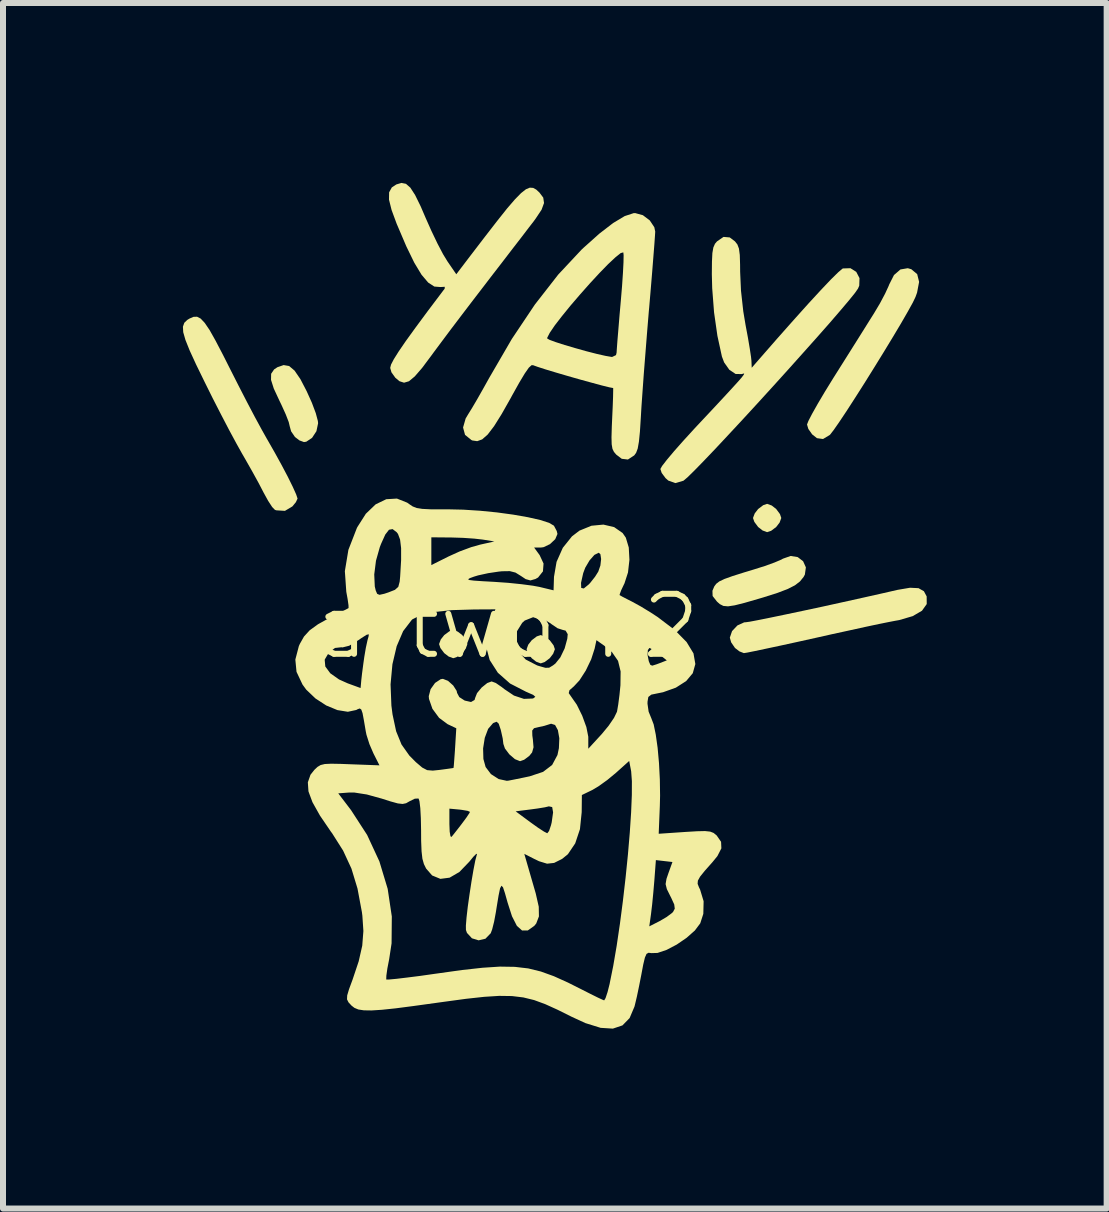
<source format=kicad_pcb>
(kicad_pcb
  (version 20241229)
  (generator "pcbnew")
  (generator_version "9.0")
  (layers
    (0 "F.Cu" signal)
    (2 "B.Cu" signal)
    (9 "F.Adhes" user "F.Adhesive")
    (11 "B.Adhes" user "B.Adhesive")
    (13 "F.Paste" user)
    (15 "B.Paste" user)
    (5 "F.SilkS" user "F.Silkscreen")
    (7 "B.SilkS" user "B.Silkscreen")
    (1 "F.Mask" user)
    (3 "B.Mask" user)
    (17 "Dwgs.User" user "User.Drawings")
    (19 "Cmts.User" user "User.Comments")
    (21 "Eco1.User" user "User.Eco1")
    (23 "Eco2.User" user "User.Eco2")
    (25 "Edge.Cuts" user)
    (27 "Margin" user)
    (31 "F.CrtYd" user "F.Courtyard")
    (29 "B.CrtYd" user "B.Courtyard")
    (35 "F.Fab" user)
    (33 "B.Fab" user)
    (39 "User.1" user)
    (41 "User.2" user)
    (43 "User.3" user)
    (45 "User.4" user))
  (footprint "artwork2"
    (layer "F.Cu")
    (at 5.401 7.894)
    (property "Reference" "artwork2" (at 0 -0.5 0) (unlocked yes) (layer "F.SilkS") (effects (font (size 1 1) (thickness 0.1))))
    (fp_poly (pts (xy -0.818 -0.412) (xy -0.744 -0.355) (xy -0.68 -0.27) (xy -0.658 -0.205) (xy -0.686 -0.128) (xy -0.744 -0.054) (xy -0.829 0.009) (xy -0.894 0.031) (xy -0.97 0.003) (xy -1.044 -0.054) (xy -1.108 -0.139) (xy -1.13 -0.205) (xy -1.102 -0.281) (xy -1.044 -0.355) (xy -0.959 -0.418) (xy -0.894 -0.441)) (stroke (width 0) (type solid)) (fill yes) (layer "F.SilkS"))
    (fp_poly (pts (xy 0.641 -0.326) (xy 0.715 -0.269) (xy 0.779 -0.184) (xy 0.801 -0.119) (xy 0.772 -0.043) (xy 0.715 0.031) (xy 0.63 0.095) (xy 0.565 0.117) (xy 0.489 0.089) (xy 0.415 0.031) (xy 0.351 -0.054) (xy 0.329 -0.119) (xy 0.357 -0.195) (xy 0.415 -0.269) (xy 0.499 -0.333) (xy 0.565 -0.355)) (stroke (width 0) (type solid)) (fill yes) (layer "F.SilkS"))
    (fp_poly (pts (xy 4.417 -2.515) (xy 4.491 -2.457) (xy 4.554 -2.372) (xy 4.576 -2.307) (xy 4.548 -2.231) (xy 4.491 -2.157) (xy 4.406 -2.093) (xy 4.34 -2.071) (xy 4.264 -2.099) (xy 4.19 -2.157) (xy 4.127 -2.242) (xy 4.104 -2.307) (xy 4.133 -2.383) (xy 4.19 -2.457) (xy 4.275 -2.521) (xy 4.34 -2.543)) (stroke (width 0) (type solid)) (fill yes) (layer "F.SilkS"))
    (fp_poly (pts (xy -3.63 -4.841) (xy -3.54 -4.765) (xy -3.442 -4.622) (xy -3.338 -4.422) (xy -3.251 -4.229) (xy -3.186 -4.056) (xy -3.151 -3.925) (xy -3.147 -3.887) (xy -3.175 -3.754) (xy -3.248 -3.643) (xy -3.344 -3.579) (xy -3.383 -3.573) (xy -3.459 -3.601) (xy -3.533 -3.658) (xy -3.597 -3.752) (xy -3.619 -3.831) (xy -3.637 -3.907) (xy -3.687 -4.036) (xy -3.759 -4.195) (xy -3.792 -4.263) (xy -3.886 -4.465) (xy -3.932 -4.61) (xy -3.93 -4.712) (xy -3.881 -4.784) (xy -3.826 -4.821) (xy -3.722 -4.857)) (stroke (width 0) (type solid)) (fill yes) (layer "F.SilkS"))
    (fp_poly (pts (xy 4.85 -1.655) (xy 4.94 -1.586) (xy 4.986 -1.484) (xy 4.969 -1.363) (xy 4.947 -1.323) (xy 4.887 -1.249) (xy 4.804 -1.185) (xy 4.685 -1.124) (xy 4.515 -1.059) (xy 4.279 -0.984) (xy 4.191 -0.958) (xy 3.963 -0.892) (xy 3.8 -0.851) (xy 3.688 -0.834) (xy 3.61 -0.841) (xy 3.551 -0.871) (xy 3.504 -0.913) (xy 3.431 -1.006) (xy 3.428 -1.094) (xy 3.459 -1.167) (xy 3.491 -1.21) (xy 3.543 -1.25) (xy 3.63 -1.291) (xy 3.764 -1.339) (xy 3.96 -1.401) (xy 4.122 -1.45) (xy 4.303 -1.507) (xy 4.463 -1.565) (xy 4.576 -1.613) (xy 4.604 -1.629) (xy 4.732 -1.674)) (stroke (width 0) (type solid)) (fill yes) (layer "F.SilkS"))
    (fp_poly (pts (xy 6.864 -1.137) (xy 6.954 -1.086) (xy 7 -1) (xy 7.001 -0.872) (xy 6.922 -0.761) (xy 6.768 -0.671) (xy 6.543 -0.605) (xy 6.464 -0.591) (xy 6.371 -0.573) (xy 6.207 -0.54) (xy 5.986 -0.493) (xy 5.722 -0.435) (xy 5.428 -0.371) (xy 5.143 -0.307) (xy 4.841 -0.24) (xy 4.566 -0.18) (xy 4.327 -0.129) (xy 4.138 -0.089) (xy 4.009 -0.063) (xy 3.952 -0.054) (xy 3.878 -0.083) (xy 3.804 -0.14) (xy 3.74 -0.234) (xy 3.718 -0.312) (xy 3.755 -0.421) (xy 3.845 -0.516) (xy 3.957 -0.567) (xy 3.985 -0.569) (xy 4.05 -0.578) (xy 4.187 -0.604) (xy 4.386 -0.644) (xy 4.636 -0.696) (xy 4.925 -0.757) (xy 5.244 -0.825) (xy 5.58 -0.899) (xy 5.923 -0.975) (xy 6.262 -1.051) (xy 6.516 -1.109) (xy 6.722 -1.144)) (stroke (width 0) (type solid)) (fill yes) (layer "F.SilkS"))
    (fp_poly (pts (xy 6.744 -6.455) (xy 6.842 -6.373) (xy 6.874 -6.244) (xy 6.84 -6.065) (xy 6.814 -5.993) (xy 6.769 -5.899) (xy 6.686 -5.749) (xy 6.573 -5.553) (xy 6.437 -5.325) (xy 6.285 -5.075) (xy 6.124 -4.814) (xy 5.963 -4.556) (xy 5.807 -4.311) (xy 5.665 -4.091) (xy 5.543 -3.908) (xy 5.449 -3.773) (xy 5.39 -3.697) (xy 5.383 -3.691) (xy 5.272 -3.624) (xy 5.171 -3.638) (xy 5.091 -3.701) (xy 5.027 -3.792) (xy 5.005 -3.866) (xy 5.028 -3.925) (xy 5.089 -4.043) (xy 5.183 -4.21) (xy 5.302 -4.411) (xy 5.44 -4.635) (xy 5.462 -4.67) (xy 5.619 -4.919) (xy 5.775 -5.167) (xy 5.919 -5.396) (xy 6.039 -5.588) (xy 6.121 -5.718) (xy 6.221 -5.886) (xy 6.307 -6.048) (xy 6.366 -6.176) (xy 6.376 -6.202) (xy 6.455 -6.358) (xy 6.562 -6.451) (xy 6.685 -6.472)) (stroke (width 0) (type solid)) (fill yes) (layer "F.SilkS"))
    (fp_poly (pts (xy -5.105 -5.632) (xy -5.038 -5.561) (xy -4.957 -5.442) (xy -4.858 -5.266) (xy -4.733 -5.027) (xy -4.609 -4.781) (xy -4.471 -4.509) (xy -4.332 -4.239) (xy -4.201 -3.99) (xy -4.087 -3.78) (xy -4 -3.625) (xy -3.987 -3.603) (xy -3.871 -3.4) (xy -3.757 -3.193) (xy -3.654 -2.998) (xy -3.57 -2.828) (xy -3.513 -2.701) (xy -3.49 -2.632) (xy -3.49 -2.63) (xy -3.518 -2.57) (xy -3.576 -2.5) (xy -3.7 -2.426) (xy -3.844 -2.435) (xy -3.867 -2.443) (xy -3.913 -2.49) (xy -3.98 -2.593) (xy -4.055 -2.729) (xy -4.136 -2.885) (xy -4.245 -3.083) (xy -4.362 -3.289) (xy -4.417 -3.384) (xy -4.509 -3.549) (xy -4.629 -3.771) (xy -4.764 -4.03) (xy -4.905 -4.305) (xy -5.038 -4.573) (xy -5.183 -4.87) (xy -5.289 -5.101) (xy -5.359 -5.276) (xy -5.396 -5.405) (xy -5.401 -5.497) (xy -5.378 -5.562) (xy -5.328 -5.61) (xy -5.29 -5.633) (xy -5.225 -5.661) (xy -5.165 -5.663)) (stroke (width 0) (type solid)) (fill yes) (layer "F.SilkS"))
    (fp_poly (pts (xy -1.682 -7.879) (xy -1.609 -7.815) (xy -1.53 -7.693) (xy -1.438 -7.506) (xy -1.355 -7.313) (xy -1.258 -7.095) (xy -1.157 -6.884) (xy -1.063 -6.705) (xy -0.991 -6.587) (xy -0.843 -6.371) (xy -0.611 -6.676) (xy -0.362 -7.001) (xy -0.159 -7.263) (xy 0.004 -7.468) (xy 0.135 -7.62) (xy 0.237 -7.724) (xy 0.318 -7.788) (xy 0.383 -7.815) (xy 0.439 -7.811) (xy 0.49 -7.783) (xy 0.543 -7.734) (xy 0.607 -7.649) (xy 0.62 -7.559) (xy 0.579 -7.447) (xy 0.479 -7.297) (xy 0.447 -7.253) (xy 0.367 -7.15) (xy 0.246 -6.991) (xy 0.092 -6.792) (xy -0.082 -6.565) (xy -0.269 -6.323) (xy -0.359 -6.205) (xy -0.555 -5.95) (xy -0.751 -5.693) (xy -0.936 -5.449) (xy -1.096 -5.235) (xy -1.221 -5.067) (xy -1.256 -5.019) (xy -1.413 -4.809) (xy -1.535 -4.668) (xy -1.632 -4.587) (xy -1.714 -4.563) (xy -1.791 -4.588) (xy -1.859 -4.645) (xy -1.924 -4.736) (xy -1.945 -4.81) (xy -1.931 -4.865) (xy -1.885 -4.954) (xy -1.804 -5.083) (xy -1.685 -5.257) (xy -1.523 -5.481) (xy -1.316 -5.761) (xy -1.058 -6.103) (xy -1.037 -6.13) (xy -1.035 -6.162) (xy -1.108 -6.158) (xy -1.209 -6.166) (xy -1.312 -6.233) (xy -1.423 -6.364) (xy -1.543 -6.563) (xy -1.676 -6.836) (xy -1.826 -7.187) (xy -1.836 -7.21) (xy -1.922 -7.443) (xy -1.965 -7.615) (xy -1.963 -7.737) (xy -1.918 -7.819) (xy -1.842 -7.869) (xy -1.757 -7.894)) (stroke (width 0) (type solid)) (fill yes) (layer "F.SilkS"))
    (fp_poly (pts (xy 3.717 -6.985) (xy 3.804 -6.919) (xy 3.844 -6.868) (xy 3.87 -6.799) (xy 3.884 -6.693) (xy 3.889 -6.531) (xy 3.89 -6.412) (xy 3.904 -6.098) (xy 3.942 -5.754) (xy 3.981 -5.521) (xy 4.019 -5.318) (xy 4.05 -5.135) (xy 4.071 -4.996) (xy 4.078 -4.932) (xy 4.083 -4.812) (xy 4.19 -4.935) (xy 4.501 -5.291) (xy 4.782 -5.608) (xy 5.028 -5.882) (xy 5.237 -6.109) (xy 5.403 -6.284) (xy 5.524 -6.403) (xy 5.594 -6.463) (xy 5.605 -6.468) (xy 5.729 -6.472) (xy 5.826 -6.411) (xy 5.88 -6.307) (xy 5.876 -6.181) (xy 5.855 -6.132) (xy 5.805 -6.06) (xy 5.704 -5.935) (xy 5.56 -5.765) (xy 5.38 -5.556) (xy 5.17 -5.318) (xy 4.937 -5.057) (xy 4.69 -4.781) (xy 4.435 -4.499) (xy 4.178 -4.217) (xy 3.928 -3.945) (xy 3.69 -3.689) (xy 3.473 -3.457) (xy 3.283 -3.258) (xy 3.128 -3.099) (xy 3.014 -2.987) (xy 2.948 -2.931) (xy 2.943 -2.928) (xy 2.81 -2.889) (xy 2.692 -2.931) (xy 2.646 -2.972) (xy 2.582 -3.058) (xy 2.56 -3.124) (xy 2.588 -3.174) (xy 2.667 -3.276) (xy 2.787 -3.419) (xy 2.941 -3.593) (xy 3.119 -3.788) (xy 3.171 -3.844) (xy 3.415 -4.104) (xy 3.605 -4.308) (xy 3.748 -4.463) (xy 3.849 -4.574) (xy 3.914 -4.648) (xy 3.948 -4.693) (xy 3.958 -4.713) (xy 3.948 -4.716) (xy 3.925 -4.709) (xy 3.921 -4.707) (xy 3.815 -4.708) (xy 3.71 -4.778) (xy 3.623 -4.901) (xy 3.586 -4.999) (xy 3.511 -5.344) (xy 3.455 -5.736) (xy 3.424 -6.139) (xy 3.418 -6.372) (xy 3.42 -6.582) (xy 3.427 -6.725) (xy 3.443 -6.817) (xy 3.47 -6.879) (xy 3.504 -6.919) (xy 3.613 -6.994)) (stroke (width 0) (type solid)) (fill yes) (layer "F.SilkS"))
    (fp_poly (pts (xy 2.268 -7.356) (xy 2.383 -7.269) (xy 2.459 -7.155) (xy 2.474 -7.082) (xy 2.47 -7.015) (xy 2.46 -6.874) (xy 2.444 -6.672) (xy 2.424 -6.419) (xy 2.4 -6.129) (xy 2.373 -5.813) (xy 2.368 -5.761) (xy 2.339 -5.411) (xy 2.311 -5.057) (xy 2.284 -4.717) (xy 2.262 -4.411) (xy 2.244 -4.155) (xy 2.234 -3.984) (xy 2.219 -3.746) (xy 2.202 -3.578) (xy 2.182 -3.465) (xy 2.155 -3.393) (xy 2.124 -3.351) (xy 2.019 -3.282) (xy 1.916 -3.294) (xy 1.824 -3.364) (xy 1.786 -3.409) (xy 1.761 -3.46) (xy 1.748 -3.536) (xy 1.745 -3.653) (xy 1.75 -3.83) (xy 1.756 -3.965) (xy 1.765 -4.162) (xy 1.771 -4.324) (xy 1.773 -4.433) (xy 1.773 -4.474) (xy 1.773 -4.474) (xy 1.709 -4.486) (xy 1.584 -4.517) (xy 1.414 -4.563) (xy 1.217 -4.617) (xy 1.011 -4.676) (xy 0.813 -4.734) (xy 0.641 -4.786) (xy 0.514 -4.827) (xy 0.447 -4.851) (xy 0.443 -4.854) (xy 0.412 -4.855) (xy 0.366 -4.813) (xy 0.299 -4.717) (xy 0.206 -4.562) (xy 0.081 -4.338) (xy 0.069 -4.315) (xy -0.086 -4.041) (xy -0.213 -3.838) (xy -0.319 -3.699) (xy -0.411 -3.618) (xy -0.494 -3.588) (xy -0.576 -3.6) (xy -0.591 -3.607) (xy -0.697 -3.693) (xy -0.73 -3.816) (xy -0.687 -3.966) (xy -0.646 -4.035) (xy -0.582 -4.138) (xy -0.491 -4.293) (xy -0.385 -4.48) (xy -0.293 -4.645) (xy 0.083 -5.292) (xy 0.089 -5.301) (xy 0.672 -5.301) (xy 0.711 -5.278) (xy 0.814 -5.24) (xy 0.963 -5.192) (xy 1.14 -5.14) (xy 1.325 -5.088) (xy 1.5 -5.043) (xy 1.646 -5.01) (xy 1.745 -4.993) (xy 1.755 -4.992) (xy 1.82 -5.023) (xy 1.83 -5.064) (xy 1.834 -5.129) (xy 1.844 -5.265) (xy 1.86 -5.456) (xy 1.879 -5.687) (xy 1.9 -5.924) (xy 1.921 -6.174) (xy 1.936 -6.395) (xy 1.945 -6.571) (xy 1.947 -6.69) (xy 1.942 -6.736) (xy 1.898 -6.724) (xy 1.811 -6.654) (xy 1.689 -6.54) (xy 1.544 -6.391) (xy 1.385 -6.219) (xy 1.221 -6.034) (xy 1.062 -5.849) (xy 0.919 -5.673) (xy 0.799 -5.518) (xy 0.715 -5.394) (xy 0.674 -5.314) (xy 0.672 -5.301) (xy 0.089 -5.301) (xy 0.468 -5.867) (xy 0.857 -6.366) (xy 1.248 -6.784) (xy 1.278 -6.812) (xy 1.542 -7.048) (xy 1.773 -7.226) (xy 1.965 -7.341) (xy 2.114 -7.39) (xy 2.14 -7.391)) (stroke (width 0) (type solid)) (fill yes) (layer "F.SilkS"))
    (fp_poly (pts (xy -1.662 -2.563) (xy -1.627 -2.538) (xy -1.57 -2.5) (xy -1.504 -2.474) (xy -1.411 -2.459) (xy -1.273 -2.452) (xy -1.073 -2.451) (xy -0.989 -2.452) (xy -0.727 -2.446) (xy -0.447 -2.428) (xy -0.164 -2.4) (xy 0.107 -2.363) (xy 0.352 -2.32) (xy 0.556 -2.274) (xy 0.705 -2.226) (xy 0.783 -2.18) (xy 0.786 -2.177) (xy 0.832 -2.09) (xy 0.844 -2.041) (xy 0.807 -1.954) (xy 0.719 -1.871) (xy 0.61 -1.82) (xy 0.563 -1.814) (xy 0.455 -1.814) (xy 0.547 -1.688) (xy 0.612 -1.548) (xy 0.602 -1.417) (xy 0.521 -1.315) (xy 0.477 -1.29) (xy 0.393 -1.266) (xy 0.314 -1.288) (xy 0.236 -1.34) (xy 0.144 -1.397) (xy 0.05 -1.421) (xy -0.08 -1.419) (xy -0.138 -1.413) (xy -0.311 -1.387) (xy -0.48 -1.35) (xy -0.549 -1.329) (xy -0.617 -1.304) (xy -0.646 -1.286) (xy -0.627 -1.273) (xy -0.549 -1.263) (xy -0.403 -1.253) (xy -0.206 -1.242) (xy 0.023 -1.226) (xy 0.246 -1.203) (xy 0.435 -1.178) (xy 0.543 -1.158) (xy 0.779 -1.101) (xy 0.783 -1.226) (xy 1.237 -1.226) (xy 1.24 -1.141) (xy 1.283 -1.132) (xy 1.365 -1.199) (xy 1.389 -1.224) (xy 1.471 -1.328) (xy 1.525 -1.414) (xy 1.56 -1.516) (xy 1.572 -1.623) (xy 1.56 -1.703) (xy 1.532 -1.728) (xy 1.46 -1.692) (xy 1.379 -1.6) (xy 1.307 -1.478) (xy 1.273 -1.387) (xy 1.237 -1.226) (xy 0.783 -1.226) (xy 0.786 -1.326) (xy 0.829 -1.576) (xy 0.933 -1.81) (xy 1.086 -2.001) (xy 1.21 -2.096) (xy 1.411 -2.178) (xy 1.61 -2.197) (xy 1.789 -2.155) (xy 1.93 -2.057) (xy 1.984 -1.979) (xy 2.033 -1.815) (xy 2.044 -1.61) (xy 2.02 -1.399) (xy 1.961 -1.216) (xy 1.956 -1.207) (xy 1.906 -1.101) (xy 1.881 -1.033) (xy 1.881 -1.021) (xy 1.924 -0.996) (xy 2.019 -0.947) (xy 2.088 -0.912) (xy 2.232 -0.833) (xy 2.401 -0.73) (xy 2.517 -0.654) (xy 2.799 -0.44) (xy 2.997 -0.239) (xy 3.112 -0.05) (xy 3.143 0.128) (xy 3.1 0.281) (xy 2.99 0.412) (xy 2.818 0.522) (xy 2.605 0.598) (xy 2.521 0.615) (xy 2.409 0.638) (xy 2.359 0.677) (xy 2.346 0.754) (xy 2.345 0.789) (xy 2.364 0.922) (xy 2.409 1.032) (xy 2.448 1.134) (xy 2.483 1.304) (xy 2.514 1.525) (xy 2.537 1.781) (xy 2.551 2.052) (xy 2.555 2.323) (xy 2.551 2.492) (xy 2.532 2.958) (xy 2.971 2.928) (xy 3.171 2.916) (xy 3.305 2.913) (xy 3.39 2.922) (xy 3.447 2.944) (xy 3.494 2.982) (xy 3.5 2.988) (xy 3.572 3.092) (xy 3.577 3.201) (xy 3.511 3.33) (xy 3.427 3.433) (xy 3.3 3.576) (xy 3.222 3.673) (xy 3.185 3.74) (xy 3.181 3.793) (xy 3.204 3.852) (xy 3.222 3.888) (xy 3.281 4.083) (xy 3.276 4.293) (xy 3.225 4.451) (xy 3.135 4.571) (xy 2.996 4.694) (xy 2.832 4.806) (xy 2.664 4.894) (xy 2.513 4.945) (xy 2.41 4.948) (xy 2.363 4.942) (xy 2.329 4.961) (xy 2.302 5.022) (xy 2.274 5.139) (xy 2.244 5.299) (xy 2.206 5.492) (xy 2.168 5.674) (xy 2.135 5.813) (xy 2.128 5.84) (xy 2.047 6.031) (xy 1.928 6.153) (xy 1.768 6.207) (xy 1.564 6.194) (xy 1.31 6.115) (xy 1.08 6.009) (xy 0.843 5.891) (xy 0.64 5.799) (xy 0.455 5.731) (xy 0.275 5.687) (xy 0.085 5.664) (xy -0.128 5.661) (xy -0.379 5.677) (xy -0.681 5.71) (xy -1.049 5.76) (xy -1.194 5.78) (xy -1.563 5.831) (xy -1.856 5.869) (xy -2.084 5.893) (xy -2.257 5.904) (xy -2.384 5.902) (xy -2.476 5.888) (xy -2.541 5.861) (xy -2.589 5.824) (xy -2.64 5.769) (xy -2.665 5.719) (xy -2.662 5.653) (xy -2.631 5.549) (xy -2.572 5.389) (xy -2.47 5.084) (xy -2.411 4.824) (xy -2.392 4.579) (xy -2.409 4.324) (xy -2.417 4.263) (xy -2.49 3.872) (xy -2.591 3.539) (xy -2.73 3.239) (xy -2.915 2.947) (xy -2.93 2.928) (xy -3.116 2.655) (xy -3.241 2.432) (xy -3.296 2.284) (xy -2.811 2.284) (xy -2.597 2.565) (xy -2.33 2.977) (xy -2.125 3.419) (xy -1.987 3.876) (xy -1.918 4.337) (xy -1.922 4.785) (xy -1.962 5.048) (xy -1.992 5.203) (xy -2.009 5.323) (xy -2.011 5.384) (xy -2.009 5.388) (xy -1.963 5.388) (xy -1.844 5.377) (xy -1.668 5.356) (xy -1.446 5.328) (xy -1.193 5.292) (xy -1.163 5.288) (xy -0.749 5.23) (xy -0.405 5.192) (xy -0.116 5.173) (xy 0.132 5.177) (xy 0.356 5.203) (xy 0.568 5.255) (xy 0.784 5.333) (xy 1.019 5.439) (xy 1.23 5.545) (xy 1.39 5.626) (xy 1.521 5.691) (xy 1.604 5.729) (xy 1.623 5.736) (xy 1.646 5.698) (xy 1.679 5.598) (xy 1.715 5.456) (xy 1.716 5.448) (xy 1.774 5.161) (xy 1.831 4.828) (xy 1.879 4.502) (xy 2.375 4.502) (xy 2.546 4.415) (xy 2.664 4.346) (xy 2.755 4.278) (xy 2.772 4.26) (xy 2.8 4.207) (xy 2.791 4.137) (xy 2.74 4.025) (xy 2.727 4) (xy 2.668 3.881) (xy 2.647 3.797) (xy 2.662 3.709) (xy 2.693 3.618) (xy 2.761 3.429) (xy 2.623 3.413) (xy 2.485 3.397) (xy 2.459 3.743) (xy 2.442 3.94) (xy 2.423 4.135) (xy 2.405 4.286) (xy 2.404 4.295) (xy 2.375 4.502) (xy 1.879 4.502) (xy 1.885 4.463) (xy 1.935 4.079) (xy 1.98 3.688) (xy 2.019 3.303) (xy 2.05 2.937) (xy 2.072 2.603) (xy 2.084 2.313) (xy 2.085 2.081) (xy 2.073 1.918) (xy 2.07 1.901) (xy 2.04 1.744) (xy 1.817 1.944) (xy 1.674 2.062) (xy 1.526 2.168) (xy 1.423 2.229) (xy 1.251 2.312) (xy 1.248 2.598) (xy 1.219 2.881) (xy 1.14 3.118) (xy 1.018 3.299) (xy 0.922 3.377) (xy 0.788 3.444) (xy 0.671 3.457) (xy 0.537 3.416) (xy 0.458 3.378) (xy 0.291 3.293) (xy 0.356 3.518) (xy 0.408 3.698) (xy 0.463 3.888) (xy 0.482 3.954) (xy 0.532 4.174) (xy 0.535 4.336) (xy 0.49 4.454) (xy 0.457 4.494) (xy 0.35 4.57) (xy 0.254 4.571) (xy 0.167 4.493) (xy 0.086 4.334) (xy 0.013 4.107) (xy -0.032 3.947) (xy -0.064 3.851) (xy -0.09 3.824) (xy -0.113 3.868) (xy -0.138 3.989) (xy -0.171 4.189) (xy -0.183 4.266) (xy -0.212 4.422) (xy -0.245 4.553) (xy -0.269 4.617) (xy -0.357 4.708) (xy -0.471 4.735) (xy -0.582 4.701) (xy -0.665 4.611) (xy -0.682 4.562) (xy -0.683 4.49) (xy -0.672 4.353) (xy -0.651 4.171) (xy -0.622 3.966) (xy -0.59 3.756) (xy -0.557 3.562) (xy -0.526 3.403) (xy -0.499 3.301) (xy -0.498 3.298) (xy -0.508 3.291) (xy -0.558 3.341) (xy -0.627 3.425) (xy -0.791 3.595) (xy -0.954 3.69) (xy -1.108 3.71) (xy -1.246 3.653) (xy -1.346 3.538) (xy -1.383 3.463) (xy -1.408 3.374) (xy -1.422 3.251) (xy -1.429 3.076) (xy -1.43 2.898) (xy -1.432 2.796) (xy -0.958 2.796) (xy -0.953 2.923) (xy -0.94 3) (xy -0.923 3.011) (xy -0.878 2.955) (xy -0.802 2.858) (xy -0.752 2.793) (xy -0.675 2.689) (xy -0.625 2.614) (xy -0.615 2.593) (xy -0.635 2.584) (xy 0.147 2.584) (xy 0.394 2.767) (xy 0.52 2.857) (xy 0.62 2.922) (xy 0.673 2.949) (xy 0.675 2.949) (xy 0.704 2.911) (xy 0.736 2.816) (xy 0.748 2.767) (xy 0.771 2.601) (xy 0.756 2.513) (xy 0.702 2.501) (xy 0.701 2.501) (xy 0.633 2.517) (xy 0.51 2.537) (xy 0.399 2.552) (xy 0.147 2.584) (xy -0.635 2.584) (xy -0.653 2.576) (xy -0.748 2.56) (xy -0.787 2.555) (xy -0.958 2.539) (xy -0.958 2.796) (xy -1.432 2.796) (xy -1.434 2.697) (xy -1.443 2.53) (xy -1.457 2.415) (xy -1.472 2.37) (xy -1.534 2.373) (xy -1.622 2.416) (xy -1.68 2.449) (xy -1.738 2.461) (xy -1.818 2.452) (xy -1.941 2.418) (xy -2.085 2.372) (xy -2.335 2.303) (xy -2.54 2.271) (xy -2.625 2.27) (xy -2.811 2.284) (xy -3.296 2.284) (xy -3.308 2.25) (xy -3.318 2.1) (xy -3.274 1.974) (xy -3.208 1.891) (xy -3.157 1.843) (xy -3.105 1.812) (xy -3.035 1.795) (xy -2.929 1.79) (xy -2.768 1.793) (xy -2.61 1.799) (xy -2.124 1.817) (xy -2.224 1.619) (xy -2.291 1.464) (xy -2.341 1.306) (xy -2.352 1.252) (xy -2.384 1.064) (xy -2.406 0.947) (xy -2.427 0.887) (xy -2.452 0.869) (xy -2.487 0.881) (xy -2.511 0.894) (xy -2.651 0.924) (xy -2.825 0.896) (xy -3.011 0.819) (xy -3.191 0.702) (xy -3.345 0.555) (xy -3.407 0.47) (xy -3.507 0.258) (xy -3.526 0.059) (xy -3.037 0.059) (xy -3.027 0.169) (xy -2.944 0.282) (xy -2.798 0.385) (xy -2.653 0.45) (xy -2.439 0.528) (xy -2.433 0.467) (xy -1.939 0.467) (xy -1.925 0.821) (xy -1.906 0.968) (xy -1.846 1.249) (xy -1.756 1.47) (xy -1.625 1.655) (xy -1.518 1.763) (xy -1.411 1.854) (xy -1.329 1.897) (xy -1.235 1.905) (xy -1.118 1.893) (xy -0.992 1.876) (xy -0.908 1.864) (xy -0.889 1.86) (xy -0.884 1.818) (xy -0.876 1.712) (xy -0.865 1.562) (xy -0.864 1.535) (xy -0.396 1.535) (xy -0.391 1.711) (xy -0.354 1.845) (xy -0.265 1.963) (xy -0.136 2.046) (xy -0.001 2.075) (xy 0.028 2.072) (xy 0.13 2.052) (xy 0.277 2.022) (xy 0.381 2) (xy 0.604 1.926) (xy 0.755 1.811) (xy 0.844 1.645) (xy 0.868 1.531) (xy 0.875 1.365) (xy 0.851 1.23) (xy 0.804 1.144) (xy 0.738 1.123) (xy 0.725 1.127) (xy 0.627 1.158) (xy 0.528 1.18) (xy 0.453 1.198) (xy 0.423 1.237) (xy 0.425 1.321) (xy 0.434 1.386) (xy 0.445 1.516) (xy 0.421 1.602) (xy 0.374 1.66) (xy 0.288 1.724) (xy 0.22 1.748) (xy 0.135 1.714) (xy 0.042 1.634) (xy -0.032 1.536) (xy -0.058 1.46) (xy -0.069 1.369) (xy -0.097 1.244) (xy -0.102 1.223) (xy -0.136 1.122) (xy -0.17 1.09) (xy -0.223 1.11) (xy -0.232 1.116) (xy -0.312 1.209) (xy -0.368 1.358) (xy -0.396 1.535) (xy -0.864 1.535) (xy -0.863 1.527) (xy -0.843 1.199) (xy -0.987 1.131) (xy -1.13 1.025) (xy -1.241 0.874) (xy -1.298 0.71) (xy -1.302 0.664) (xy -1.271 0.547) (xy -1.197 0.443) (xy -1.103 0.381) (xy -1.066 0.375) (xy -0.981 0.408) (xy -0.894 0.486) (xy -0.837 0.575) (xy -0.83 0.609) (xy -0.793 0.679) (xy -0.703 0.737) (xy -0.597 0.761) (xy -0.538 0.727) (xy -0.529 0.694) (xy -0.497 0.613) (xy -0.42 0.52) (xy -0.327 0.445) (xy -0.254 0.418) (xy -0.184 0.444) (xy -0.085 0.512) (xy -0.042 0.546) (xy 0.119 0.654) (xy 0.285 0.709) (xy 0.431 0.703) (xy 0.445 0.698) (xy 0.475 0.674) (xy 0.439 0.642) (xy 0.372 0.613) (xy 1.032 0.613) (xy 1.068 0.665) (xy 1.167 0.807) (xy 1.257 0.99) (xy 1.326 1.179) (xy 1.358 1.34) (xy 1.358 1.363) (xy 1.358 1.54) (xy 1.584 1.294) (xy 1.697 1.157) (xy 1.787 1.025) (xy 1.836 0.924) (xy 1.838 0.915) (xy 1.857 0.804) (xy 1.878 0.643) (xy 1.894 0.482) (xy 1.897 0.251) (xy 1.854 0.075) (xy 1.788 -0.02) (xy 2.347 -0.02) (xy 2.366 0.078) (xy 2.371 0.092) (xy 2.393 0.142) (xy 2.425 0.155) (xy 2.495 0.133) (xy 2.546 0.114) (xy 2.667 0.067) (xy 2.538 -0.036) (xy 2.448 -0.103) (xy 2.385 -0.138) (xy 2.377 -0.14) (xy 2.351 -0.104) (xy 2.347 -0.02) (xy 1.788 -0.02) (xy 1.755 -0.068) (xy 1.624 -0.178) (xy 1.494 -0.27) (xy 1.464 -0.13) (xy 1.406 0.05) (xy 1.316 0.237) (xy 1.211 0.4) (xy 1.118 0.5) (xy 1.044 0.565) (xy 1.032 0.613) (xy 0.372 0.613) (xy 0.33 0.594) (xy 0.324 0.592) (xy 0.054 0.453) (xy -0.15 0.273) (xy -0.286 0.061) (xy -0.349 -0.174) (xy -0.345 -0.234) (xy 0.136 -0.234) (xy 0.191 -0.08) (xy 0.315 0.053) (xy 0.505 0.151) (xy 0.54 0.162) (xy 0.643 0.191) (xy 0.706 0.189) (xy 0.769 0.151) (xy 0.809 0.12) (xy 0.892 0.017) (xy 0.964 -0.133) (xy 1.008 -0.294) (xy 1.015 -0.37) (xy 0.98 -0.429) (xy 0.932 -0.441) (xy 0.845 -0.469) (xy 0.745 -0.537) (xy 0.732 -0.548) (xy 0.588 -0.636) (xy 0.436 -0.652) (xy 0.298 -0.597) (xy 0.256 -0.559) (xy 0.156 -0.398) (xy 0.136 -0.234) (xy -0.345 -0.234) (xy -0.333 -0.423) (xy -0.273 -0.601) (xy -0.19 -0.784) (xy -0.542 -0.782) (xy -0.916 -0.771) (xy -1.214 -0.739) (xy -1.434 -0.688) (xy -1.574 -0.618) (xy -1.586 -0.607) (xy -1.729 -0.421) (xy -1.837 -0.169) (xy -1.908 0.132) (xy -1.939 0.467) (xy -2.433 0.467) (xy -2.427 0.398) (xy -2.414 0.283) (xy -2.393 0.124) (xy -2.377 0.01) (xy -2.351 -0.143) (xy -2.323 -0.271) (xy -2.306 -0.331) (xy -2.301 -0.368) (xy -2.338 -0.36) (xy -2.429 -0.302) (xy -2.472 -0.272) (xy -2.629 -0.177) (xy -2.741 -0.149) (xy -2.758 -0.152) (xy -2.865 -0.14) (xy -2.966 -0.066) (xy -3.034 0.049) (xy -3.037 0.059) (xy -3.526 0.059) (xy -3.526 0.051) (xy -3.468 -0.171) (xy -3.451 -0.209) (xy -3.382 -0.331) (xy -3.287 -0.435) (xy -3.149 -0.535) (xy -2.951 -0.645) (xy -2.889 -0.676) (xy -2.763 -0.74) (xy -2.672 -0.787) (xy -2.639 -0.806) (xy -2.64 -0.851) (xy -2.655 -0.956) (xy -2.677 -1.077) (xy -2.697 -1.366) (xy -2.211 -1.366) (xy -2.202 -1.166) (xy -2.186 -1.098) (xy -2.162 -1.042) (xy -2.123 -1.026) (xy -2.042 -1.044) (xy -1.976 -1.066) (xy -1.866 -1.109) (xy -1.81 -1.159) (xy -1.787 -1.246) (xy -1.779 -1.331) (xy -1.763 -1.605) (xy -1.763 -1.753) (xy -1.259 -1.753) (xy -1.259 -1.522) (xy -0.971 -1.666) (xy -0.788 -1.749) (xy -0.594 -1.821) (xy -0.445 -1.863) (xy -0.208 -1.916) (xy -0.401 -1.947) (xy -0.542 -1.963) (xy -0.73 -1.976) (xy -0.923 -1.982) (xy -0.926 -1.982) (xy -1.259 -1.985) (xy -1.259 -1.753) (xy -1.763 -1.753) (xy -1.763 -1.806) (xy -1.78 -1.947) (xy -1.815 -2.041) (xy -1.837 -2.07) (xy -1.905 -2.122) (xy -1.965 -2.111) (xy -2.027 -2.031) (xy -2.097 -1.876) (xy -2.118 -1.822) (xy -2.182 -1.595) (xy -2.211 -1.366) (xy -2.697 -1.366) (xy -2.701 -1.42) (xy -2.642 -1.776) (xy -2.501 -2.139) (xy -2.493 -2.155) (xy -2.351 -2.378) (xy -2.187 -2.535) (xy -2.011 -2.62) (xy -1.833 -2.631)) (stroke (width 0) (type solid)) (fill yes) (layer "F.SilkS")))
  (gr_rect
    (start -3 -3)
    (end 15.402 17.101)
    (stroke (width 0.1) (type default))
    (fill no)
    (layer "Edge.Cuts")))
</source>
